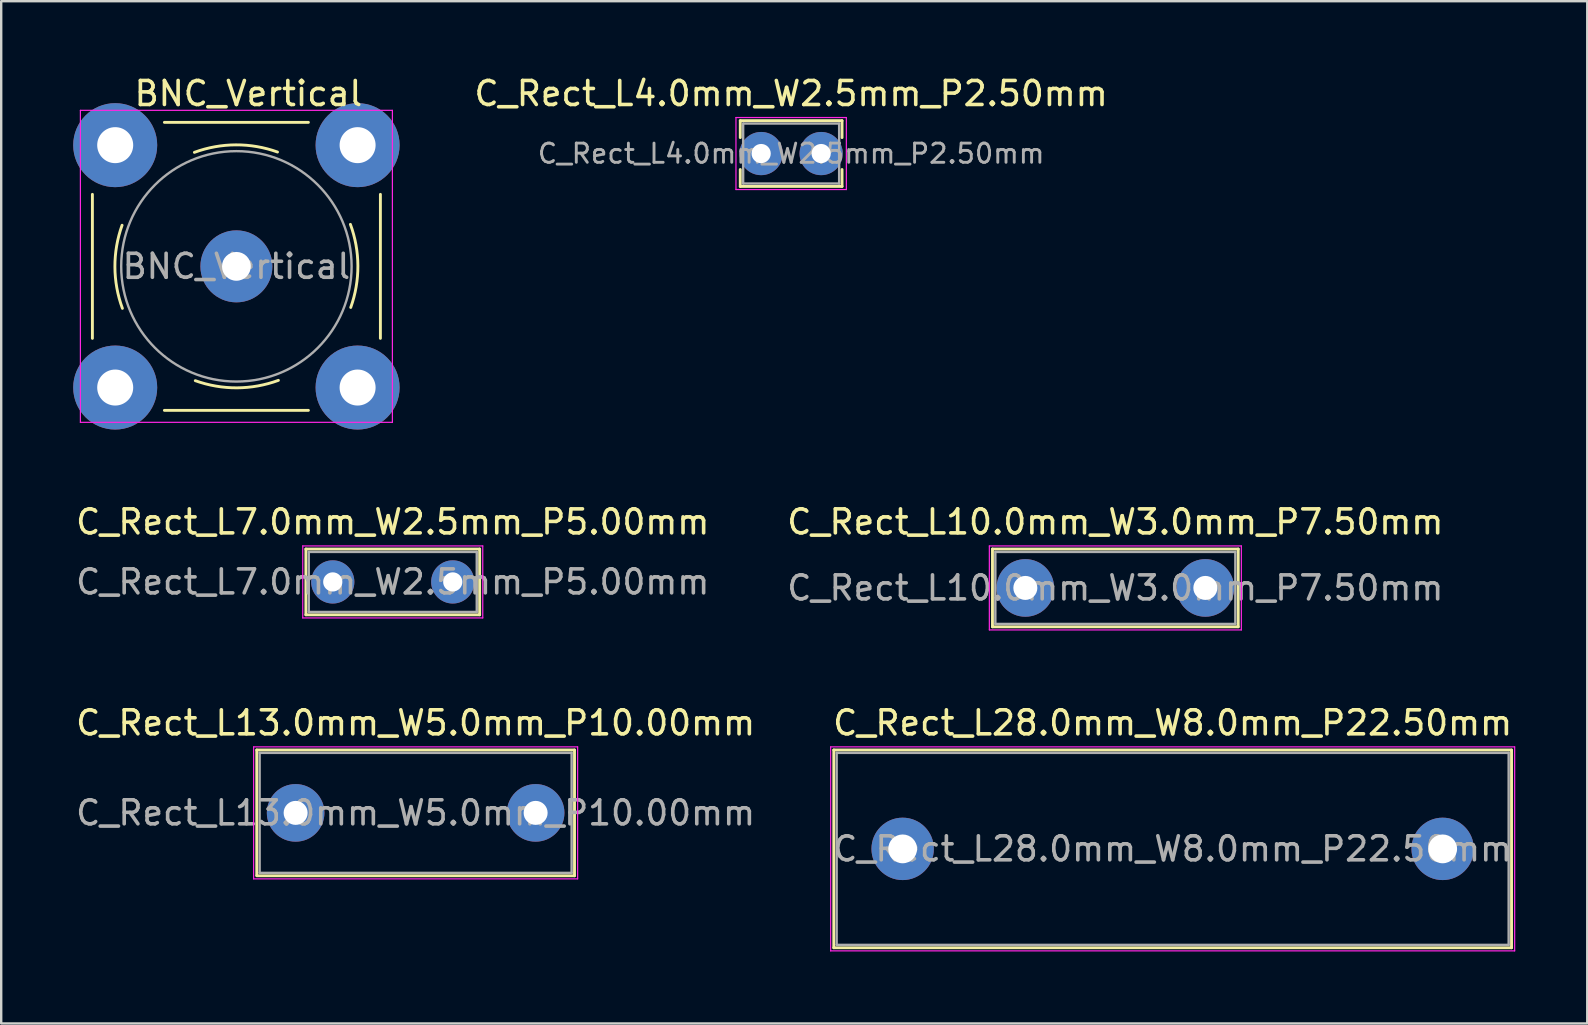
<source format=kicad_pcb>
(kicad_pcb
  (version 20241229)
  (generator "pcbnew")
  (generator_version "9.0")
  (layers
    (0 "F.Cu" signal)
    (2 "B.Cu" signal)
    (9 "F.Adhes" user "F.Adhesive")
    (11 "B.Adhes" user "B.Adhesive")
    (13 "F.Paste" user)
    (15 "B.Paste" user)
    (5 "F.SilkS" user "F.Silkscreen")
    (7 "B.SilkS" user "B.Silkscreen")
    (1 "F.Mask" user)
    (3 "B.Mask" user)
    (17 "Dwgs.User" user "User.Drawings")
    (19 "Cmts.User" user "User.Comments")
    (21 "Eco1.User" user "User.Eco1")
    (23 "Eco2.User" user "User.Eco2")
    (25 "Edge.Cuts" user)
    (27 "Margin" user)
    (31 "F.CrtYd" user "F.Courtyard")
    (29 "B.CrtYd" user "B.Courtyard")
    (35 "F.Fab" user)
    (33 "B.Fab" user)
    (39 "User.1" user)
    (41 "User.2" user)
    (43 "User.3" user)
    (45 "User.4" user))
  (footprint "BNC_Vertical"
    (layer "F.Cu")
    (at 6.8 8.048)
    (property "Reference" "BNC_Vertical" (at 0.5 -7.2 0) (layer "F.SilkS") (effects (font (size 1 1) (thickness 0.15))))
    (attr through_hole)
    (fp_line (start -6 3) (end -6 -3) (stroke (width 0.12) (type solid)) (layer "F.SilkS"))
    (fp_line (start -3 -6) (end 3 -6) (stroke (width 0.12) (type solid)) (layer "F.SilkS"))
    (fp_line (start 3 6) (end -3 6) (stroke (width 0.12) (type solid)) (layer "F.SilkS"))
    (fp_line (start 6 -3) (end 6 3) (stroke (width 0.12) (type solid)) (layer "F.SilkS"))
    (fp_arc (start -4.75 1.75) (mid -5.062075 0.019867) (end -4.763589 -1.712663) (stroke (width 0.12) (type solid)) (layer "F.SilkS"))
    (fp_arc (start -1.75 -4.75) (mid -0.019867 -5.062075) (end 1.712663 -4.763589) (stroke (width 0.12) (type solid)) (layer "F.SilkS"))
    (fp_arc (start 1.75 4.75) (mid 0.019867 5.062075) (end -1.712663 4.763589) (stroke (width 0.12) (type solid)) (layer "F.SilkS"))
    (fp_arc (start 4.75 -1.75) (mid 5.062075 -0.019867) (end 4.763589 1.712663) (stroke (width 0.12) (type solid)) (layer "F.SilkS"))
    (fp_line (start -6.5 -6.5) (end 6.5 -6.5) (stroke (width 0.05) (type solid)) (layer "F.CrtYd"))
    (fp_line (start -6.5 6.5) (end -6.5 -6.5) (stroke (width 0.05) (type solid)) (layer "F.CrtYd"))
    (fp_line (start 6.5 -6.5) (end 6.5 6.5) (stroke (width 0.05) (type solid)) (layer "F.CrtYd"))
    (fp_line (start 6.5 6.5) (end -6.5 6.5) (stroke (width 0.05) (type solid)) (layer "F.CrtYd"))
    (fp_circle (center 0 0) (end 4.8 0) (stroke (width 0.1) (type solid)) (fill no) (layer "F.Fab"))
    (fp_text user "${REFERENCE}" (at 0 0 0) (layer "F.Fab") (effects (font (size 1 1) (thickness 0.15))))
    (pad "1" thru_hole circle (at 0 0) (size 3 3) (drill 1.2) (layers "*.Cu" "*.Mask"))
    (pad "2" thru_hole circle (at -5.05 -5.05) (size 3.5 3.5) (drill 1.5) (layers "*.Cu" "*.Mask"))
    (pad "2" thru_hole circle (at -5.05 5.05) (size 3.5 3.5) (drill 1.5) (layers "*.Cu" "*.Mask"))
    (pad "2" thru_hole circle (at 5.05 -5.05) (size 3.5 3.5) (drill 1.5) (layers "*.Cu" "*.Mask"))
    (pad "2" thru_hole circle (at 5.05 5.05) (size 3.5 3.5) (drill 1.5) (layers "*.Cu" "*.Mask")))
  (footprint "C_Rect_L13.0mm_W5.0mm_P10.00mm"
    (layer "F.Cu")
    (at 9.268 30.82)
    (property "Reference" "C_Rect_L13.0mm_W5.0mm_P10.00mm" (at 5 -3.75 0) (layer "F.SilkS") (effects (font (size 1 1) (thickness 0.15))))
    (attr through_hole)
    (fp_line (start -1.62 -2.62) (end -1.62 2.6) (stroke (width 0.12) (type solid)) (layer "F.SilkS"))
    (fp_line (start -1.62 -2.62) (end 11.62 -2.62) (stroke (width 0.12) (type solid)) (layer "F.SilkS"))
    (fp_line (start -1.62 2.62) (end 11.62 2.62) (stroke (width 0.12) (type solid)) (layer "F.SilkS"))
    (fp_line (start 11.62 -2.62) (end 11.62 2.62) (stroke (width 0.12) (type solid)) (layer "F.SilkS"))
    (fp_line (start -1.75 -2.75) (end -1.75 2.75) (stroke (width 0.05) (type solid)) (layer "F.CrtYd"))
    (fp_line (start -1.75 2.75) (end 11.75 2.75) (stroke (width 0.05) (type solid)) (layer "F.CrtYd"))
    (fp_line (start 11.75 -2.75) (end -1.75 -2.75) (stroke (width 0.05) (type solid)) (layer "F.CrtYd"))
    (fp_line (start 11.75 2.75) (end 11.75 -2.75) (stroke (width 0.05) (type solid)) (layer "F.CrtYd"))
    (fp_line (start -1.5 -2.5) (end -1.5 2.5) (stroke (width 0.1) (type solid)) (layer "F.Fab"))
    (fp_line (start -1.5 2.5) (end 11.5 2.5) (stroke (width 0.1) (type solid)) (layer "F.Fab"))
    (fp_line (start 11.5 -2.5) (end -1.5 -2.5) (stroke (width 0.1) (type solid)) (layer "F.Fab"))
    (fp_line (start 11.5 2.5) (end 11.5 -2.5) (stroke (width 0.1) (type solid)) (layer "F.Fab"))
    (fp_text user "${REFERENCE}" (at 5 0 0) (layer "F.Fab") (effects (font (size 1 1) (thickness 0.15))))
    (pad "1" thru_hole circle (at 0 0) (size 2.4 2.4) (drill 1) (layers "*.Cu" "*.Mask"))
    (pad "2" thru_hole circle (at 10 0) (size 2.4 2.4) (drill 1) (layers "*.Cu" "*.Mask")))
  (footprint "C_Rect_L10.0mm_W3.0mm_P7.50mm"
    (layer "F.Cu")
    (at 39.673 21.447)
    (property "Reference" "C_Rect_L10.0mm_W3.0mm_P7.50mm" (at 3.75 -2.75 0) (layer "F.SilkS") (effects (font (size 1 1) (thickness 0.15))))
    (attr through_hole)
    (fp_line (start -1.37 -1.62) (end -1.37 1.62) (stroke (width 0.12) (type solid)) (layer "F.SilkS"))
    (fp_line (start -1.37 -1.62) (end 8.87 -1.62) (stroke (width 0.12) (type solid)) (layer "F.SilkS"))
    (fp_line (start -1.37 1.62) (end 8.87 1.62) (stroke (width 0.12) (type solid)) (layer "F.SilkS"))
    (fp_line (start 8.87 -1.62) (end 8.87 1.62) (stroke (width 0.12) (type solid)) (layer "F.SilkS"))
    (fp_line (start -1.5 -1.75) (end -1.5 1.75) (stroke (width 0.05) (type solid)) (layer "F.CrtYd"))
    (fp_line (start -1.5 1.75) (end 9 1.75) (stroke (width 0.05) (type solid)) (layer "F.CrtYd"))
    (fp_line (start 9 -1.75) (end -1.5 -1.75) (stroke (width 0.05) (type solid)) (layer "F.CrtYd"))
    (fp_line (start 9 1.75) (end 9 -1.75) (stroke (width 0.05) (type solid)) (layer "F.CrtYd"))
    (fp_line (start -1.25 -1.5) (end -1.25 1.5) (stroke (width 0.1) (type solid)) (layer "F.Fab"))
    (fp_line (start -1.25 1.5) (end 8.75 1.5) (stroke (width 0.1) (type solid)) (layer "F.Fab"))
    (fp_line (start 8.75 -1.5) (end -1.25 -1.5) (stroke (width 0.1) (type solid)) (layer "F.Fab"))
    (fp_line (start 8.75 1.5) (end 8.75 -1.5) (stroke (width 0.1) (type solid)) (layer "F.Fab"))
    (fp_text user "${REFERENCE}" (at 3.75 0 0) (layer "F.Fab") (effects (font (size 1 1) (thickness 0.15))))
    (pad "1" thru_hole circle (at 0 0) (size 2.4 2.4) (drill 1) (layers "*.Cu" "*.Mask"))
    (pad "2" thru_hole circle (at 7.5 0) (size 2.4 2.4) (drill 1) (layers "*.Cu" "*.Mask")))
  (footprint "C_Rect_L4.0mm_W2.5mm_P2.50mm"
    (layer "F.Cu")
    (at 28.665 3.348)
    (property "Reference" "C_Rect_L4.0mm_W2.5mm_P2.50mm" (at 1.25 -2.5 0) (layer "F.SilkS") (effects (font (size 1 1) (thickness 0.15))))
    (attr through_hole)
    (fp_line (start -0.87 -1.37) (end -0.87 -0.665) (stroke (width 0.12) (type solid)) (layer "F.SilkS"))
    (fp_line (start -0.87 -1.37) (end 3.37 -1.37) (stroke (width 0.12) (type solid)) (layer "F.SilkS"))
    (fp_line (start -0.87 0.665) (end -0.87 1.37) (stroke (width 0.12) (type solid)) (layer "F.SilkS"))
    (fp_line (start -0.87 1.37) (end 3.37 1.37) (stroke (width 0.12) (type solid)) (layer "F.SilkS"))
    (fp_line (start 3.37 -1.37) (end 3.37 -0.665) (stroke (width 0.12) (type solid)) (layer "F.SilkS"))
    (fp_line (start 3.37 0.665) (end 3.37 1.37) (stroke (width 0.12) (type solid)) (layer "F.SilkS"))
    (fp_line (start -1.05 -1.5) (end -1.05 1.5) (stroke (width 0.05) (type solid)) (layer "F.CrtYd"))
    (fp_line (start -1.05 1.5) (end 3.55 1.5) (stroke (width 0.05) (type solid)) (layer "F.CrtYd"))
    (fp_line (start 3.55 -1.5) (end -1.05 -1.5) (stroke (width 0.05) (type solid)) (layer "F.CrtYd"))
    (fp_line (start 3.55 1.5) (end 3.55 -1.5) (stroke (width 0.05) (type solid)) (layer "F.CrtYd"))
    (fp_line (start -0.75 -1.25) (end -0.75 1.25) (stroke (width 0.1) (type solid)) (layer "F.Fab"))
    (fp_line (start -0.75 1.25) (end 3.25 1.25) (stroke (width 0.1) (type solid)) (layer "F.Fab"))
    (fp_line (start 3.25 -1.25) (end -0.75 -1.25) (stroke (width 0.1) (type solid)) (layer "F.Fab"))
    (fp_line (start 3.25 1.25) (end 3.25 -1.25) (stroke (width 0.1) (type solid)) (layer "F.Fab"))
    (fp_text user "${REFERENCE}" (at 1.25 0 0) (layer "F.Fab") (effects (font (size 0.8 0.8) (thickness 0.12))))
    (pad "1" thru_hole circle (at 0 0) (size 1.8 1.8) (drill 0.8) (layers "*.Cu" "*.Mask"))
    (pad "2" thru_hole circle (at 2.5 0) (size 1.8 1.8) (drill 0.8) (layers "*.Cu" "*.Mask")))
  (footprint "C_Rect_L28.0mm_W8.0mm_P22.50mm"
    (layer "F.Cu")
    (at 34.561 32.32)
    (property "Reference" "C_Rect_L28.0mm_W8.0mm_P22.50mm" (at 11.25 -5.25 0) (layer "F.SilkS") (effects (font (size 1 1) (thickness 0.15))))
    (attr through_hole)
    (fp_line (start -2.87 -4.12) (end -2.87 4.12) (stroke (width 0.12) (type solid)) (layer "F.SilkS"))
    (fp_line (start -2.87 -4.12) (end 25.37 -4.12) (stroke (width 0.12) (type solid)) (layer "F.SilkS"))
    (fp_line (start -2.87 4.12) (end 25.37 4.12) (stroke (width 0.12) (type solid)) (layer "F.SilkS"))
    (fp_line (start 25.37 -4.12) (end 25.37 4.12) (stroke (width 0.12) (type solid)) (layer "F.SilkS"))
    (fp_line (start -3 -4.25) (end -3 4.25) (stroke (width 0.05) (type solid)) (layer "F.CrtYd"))
    (fp_line (start -3 4.25) (end 25.5 4.25) (stroke (width 0.05) (type solid)) (layer "F.CrtYd"))
    (fp_line (start 25.5 -4.25) (end -3 -4.25) (stroke (width 0.05) (type solid)) (layer "F.CrtYd"))
    (fp_line (start 25.5 4.25) (end 25.5 -4.25) (stroke (width 0.05) (type solid)) (layer "F.CrtYd"))
    (fp_line (start -2.75 -4) (end -2.75 4) (stroke (width 0.1) (type solid)) (layer "F.Fab"))
    (fp_line (start -2.75 4) (end 25.25 4) (stroke (width 0.1) (type solid)) (layer "F.Fab"))
    (fp_line (start 25.25 -4) (end -2.75 -4) (stroke (width 0.1) (type solid)) (layer "F.Fab"))
    (fp_line (start 25.25 4) (end 25.25 -4) (stroke (width 0.1) (type solid)) (layer "F.Fab"))
    (fp_text user "${REFERENCE}" (at 11.25 0 0) (layer "F.Fab") (effects (font (size 1 1) (thickness 0.15))))
    (pad "1" thru_hole circle (at 0 0) (size 2.6 2.6) (drill 1.2) (layers "*.Cu" "*.Mask"))
    (pad "2" thru_hole circle (at 22.5 0) (size 2.6 2.6) (drill 1.2) (layers "*.Cu" "*.Mask")))
  (footprint "C_Rect_L7.0mm_W2.5mm_P5.00mm"
    (layer "F.Cu")
    (at 10.815 21.197)
    (property "Reference" "C_Rect_L7.0mm_W2.5mm_P5.00mm" (at 2.5 -2.5 0) (layer "F.SilkS") (effects (font (size 1 1) (thickness 0.15))))
    (attr through_hole)
    (fp_line (start -1.12 -1.37) (end -1.12 1.37) (stroke (width 0.12) (type solid)) (layer "F.SilkS"))
    (fp_line (start -1.12 -1.37) (end 6.12 -1.37) (stroke (width 0.12) (type solid)) (layer "F.SilkS"))
    (fp_line (start -1.12 1.37) (end 6.12 1.37) (stroke (width 0.12) (type solid)) (layer "F.SilkS"))
    (fp_line (start 6.12 -1.37) (end 6.12 1.37) (stroke (width 0.12) (type solid)) (layer "F.SilkS"))
    (fp_line (start -1.25 -1.5) (end -1.25 1.5) (stroke (width 0.05) (type solid)) (layer "F.CrtYd"))
    (fp_line (start -1.25 1.5) (end 6.25 1.5) (stroke (width 0.05) (type solid)) (layer "F.CrtYd"))
    (fp_line (start 6.25 -1.5) (end -1.25 -1.5) (stroke (width 0.05) (type solid)) (layer "F.CrtYd"))
    (fp_line (start 6.25 1.5) (end 6.25 -1.5) (stroke (width 0.05) (type solid)) (layer "F.CrtYd"))
    (fp_line (start -1 -1.25) (end -1 1.25) (stroke (width 0.1) (type solid)) (layer "F.Fab"))
    (fp_line (start -1 1.25) (end 6 1.25) (stroke (width 0.1) (type solid)) (layer "F.Fab"))
    (fp_line (start 6 -1.25) (end -1 -1.25) (stroke (width 0.1) (type solid)) (layer "F.Fab"))
    (fp_line (start 6 1.25) (end 6 -1.25) (stroke (width 0.1) (type solid)) (layer "F.Fab"))
    (fp_text user "${REFERENCE}" (at 2.5 0 0) (layer "F.Fab") (effects (font (size 1 1) (thickness 0.15))))
    (pad "1" thru_hole circle (at 0 0) (size 1.8 1.8) (drill 0.8) (layers "*.Cu" "*.Mask"))
    (pad "2" thru_hole circle (at 5 0) (size 1.8 1.8) (drill 0.8) (layers "*.Cu" "*.Mask")))
  (gr_rect
    (start -3 -3)
    (end 63.086 39.595)
    (stroke (width 0.1) (type default))
    (fill no)
    (layer "Edge.Cuts")))
</source>
